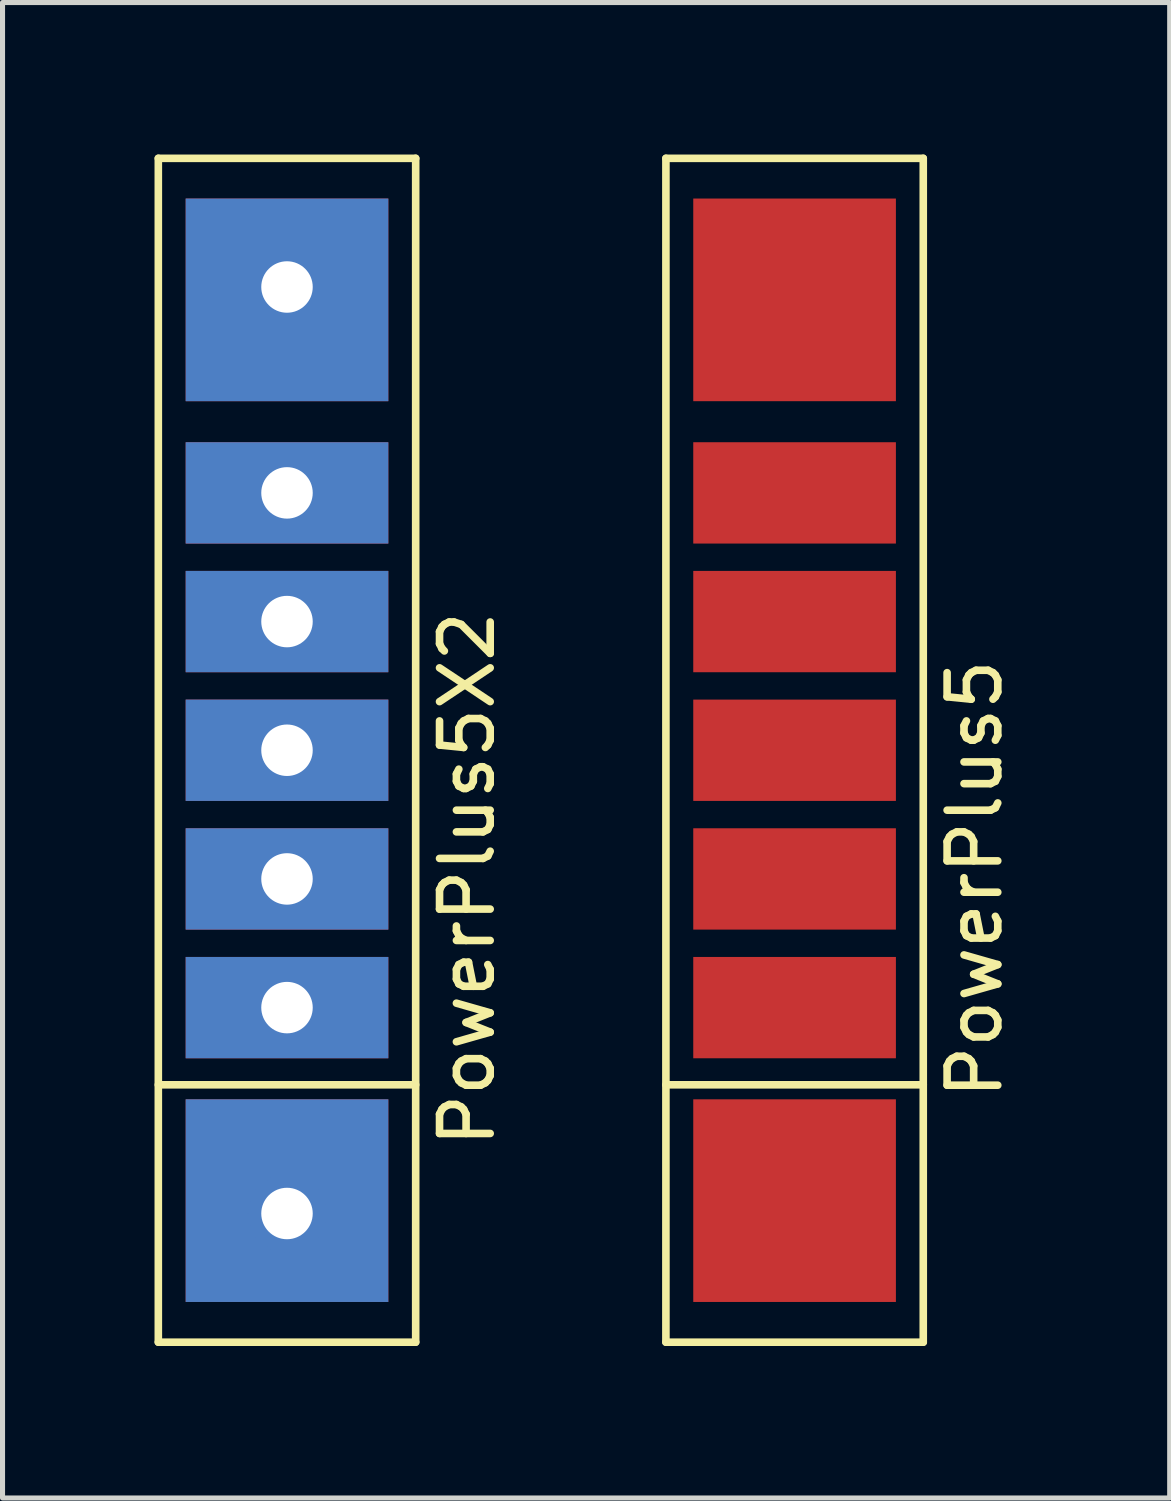
<source format=kicad_pcb>
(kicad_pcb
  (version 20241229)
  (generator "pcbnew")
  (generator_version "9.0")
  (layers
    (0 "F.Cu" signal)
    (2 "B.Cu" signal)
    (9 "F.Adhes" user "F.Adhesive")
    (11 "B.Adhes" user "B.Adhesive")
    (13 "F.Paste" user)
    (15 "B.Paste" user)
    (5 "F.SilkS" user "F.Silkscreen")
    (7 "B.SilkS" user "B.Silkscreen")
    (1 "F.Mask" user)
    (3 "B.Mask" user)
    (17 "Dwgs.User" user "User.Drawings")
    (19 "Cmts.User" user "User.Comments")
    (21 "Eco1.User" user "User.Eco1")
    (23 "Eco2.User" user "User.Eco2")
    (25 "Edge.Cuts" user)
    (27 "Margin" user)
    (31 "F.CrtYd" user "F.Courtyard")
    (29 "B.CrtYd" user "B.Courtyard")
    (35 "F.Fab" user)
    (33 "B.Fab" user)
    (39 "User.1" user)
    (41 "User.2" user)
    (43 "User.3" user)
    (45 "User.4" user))
  (footprint "PowerPlus5X2"
    (layer "F.Cu")
    (at 2.615 11.759)
    (property "Reference" "PowerPlus5X2" (at 3.556 2.54 90) (layer "F.SilkS") (effects (font (size 1 1) (thickness 0.15))))
    (attr through_hole)
    (fp_line (start -2.54 -11.684) (end 2.54 -11.684) (stroke (width 0.15) (type solid)) (layer "F.SilkS"))
    (fp_line (start -2.54 6.604) (end 2.54 6.604) (stroke (width 0.15) (type solid)) (layer "F.SilkS"))
    (fp_line (start -2.54 11.684) (end -2.54 -11.684) (stroke (width 0.15) (type solid)) (layer "F.SilkS"))
    (fp_line (start 2.54 -11.684) (end 2.54 11.684) (stroke (width 0.15) (type solid)) (layer "F.SilkS"))
    (fp_line (start 2.54 11.684) (end -2.54 11.684) (stroke (width 0.15) (type solid)) (layer "F.SilkS"))
    (pad "1" smd rect (at 0 8.89) (size 4 4) (layers "F.Cu" "F.Mask" "F.Paste"))
    (pad "1" smd rect (at 0 8.89) (size 4 4) (layers "B.Cu" "B.Mask" "B.Paste"))
    (pad "1" thru_hole circle (at 0 9.144) (size 1.54 1.54) (drill 1.016) (layers "*.Cu" "*.Mask"))
    (pad "2" thru_hole circle (at 0 5.08) (size 1.54 1.54) (drill 1.016) (layers "*.Cu" "*.Mask"))
    (pad "2" smd rect (at 0 5.08) (size 4 2) (layers "F.Cu" "F.Mask" "F.Paste"))
    (pad "2" smd rect (at 0 5.08) (size 4 2) (layers "B.Cu" "B.Mask" "B.Paste"))
    (pad "3" thru_hole circle (at 0 2.54) (size 1.54 1.54) (drill 1.016) (layers "*.Cu" "*.Mask"))
    (pad "3" smd rect (at 0 2.54) (size 4 2) (layers "F.Cu" "F.Mask" "F.Paste"))
    (pad "3" smd rect (at 0 2.54) (size 4 2) (layers "B.Cu" "B.Mask" "B.Paste"))
    (pad "4" thru_hole circle (at 0 0) (size 1.54 1.54) (drill 1.016) (layers "*.Cu" "*.Mask"))
    (pad "4" smd rect (at 0 0) (size 4 2) (layers "F.Cu" "F.Mask" "F.Paste"))
    (pad "4" smd rect (at 0 0) (size 4 2) (layers "B.Cu" "B.Mask" "B.Paste"))
    (pad "5" thru_hole circle (at 0 -2.54) (size 1.54 1.54) (drill 1.016) (layers "*.Cu" "*.Mask"))
    (pad "5" smd rect (at 0 -2.54) (size 4 2) (layers "F.Cu" "F.Mask" "F.Paste"))
    (pad "5" smd rect (at 0 -2.54) (size 4 2) (layers "B.Cu" "B.Mask" "B.Paste"))
    (pad "6" thru_hole circle (at 0 -5.08) (size 1.54 1.54) (drill 1.016) (layers "*.Cu" "*.Mask"))
    (pad "6" smd rect (at 0 -5.08) (size 4 2) (layers "F.Cu" "F.Mask" "F.Paste"))
    (pad "6" smd rect (at 0 -5.08) (size 4 2) (layers "B.Cu" "B.Mask" "B.Paste"))
    (pad "7" thru_hole circle (at 0 -9.144) (size 1.54 1.54) (drill 1.016) (layers "*.Cu" "*.Mask"))
    (pad "7" smd rect (at 0 -8.89) (size 4 4) (layers "F.Cu" "F.Mask" "F.Paste"))
    (pad "7" smd rect (at 0 -8.89) (size 4 4) (layers "B.Cu" "B.Mask" "B.Paste")))
  (footprint "PowerPlus5"
    (layer "F.Cu")
    (at 12.634 11.759)
    (property "Reference" "PowerPlus5" (at 3.556 2.54 90) (layer "F.SilkS") (effects (font (size 1 1) (thickness 0.15))))
    (attr through_hole)
    (fp_line (start -2.54 -11.684) (end 2.54 -11.684) (stroke (width 0.15) (type solid)) (layer "F.SilkS"))
    (fp_line (start -2.54 6.604) (end 2.54 6.604) (stroke (width 0.15) (type solid)) (layer "F.SilkS"))
    (fp_line (start -2.54 11.684) (end -2.54 -11.684) (stroke (width 0.15) (type solid)) (layer "F.SilkS"))
    (fp_line (start 2.54 -11.684) (end 2.54 11.684) (stroke (width 0.15) (type solid)) (layer "F.SilkS"))
    (fp_line (start 2.54 11.684) (end -2.54 11.684) (stroke (width 0.15) (type solid)) (layer "F.SilkS"))
    (pad "1" smd rect (at 0 8.89) (size 4 4) (layers "F.Cu" "F.Mask" "F.Paste"))
    (pad "2" smd rect (at 0 5.08) (size 4 2) (layers "F.Cu" "F.Mask" "F.Paste"))
    (pad "3" smd rect (at 0 2.54) (size 4 2) (layers "F.Cu" "F.Mask" "F.Paste"))
    (pad "4" smd rect (at 0 0) (size 4 2) (layers "F.Cu" "F.Mask" "F.Paste"))
    (pad "5" smd rect (at 0 -2.54) (size 4 2) (layers "F.Cu" "F.Mask" "F.Paste"))
    (pad "6" smd rect (at 0 -5.08) (size 4 2) (layers "F.Cu" "F.Mask" "F.Paste"))
    (pad "7" smd rect (at 0 -8.89) (size 4 4) (layers "F.Cu" "F.Mask" "F.Paste")))
  (gr_rect
    (start -3 -3)
    (end 20.038 26.518)
    (stroke (width 0.1) (type default))
    (fill no)
    (layer "Edge.Cuts")))
</source>
